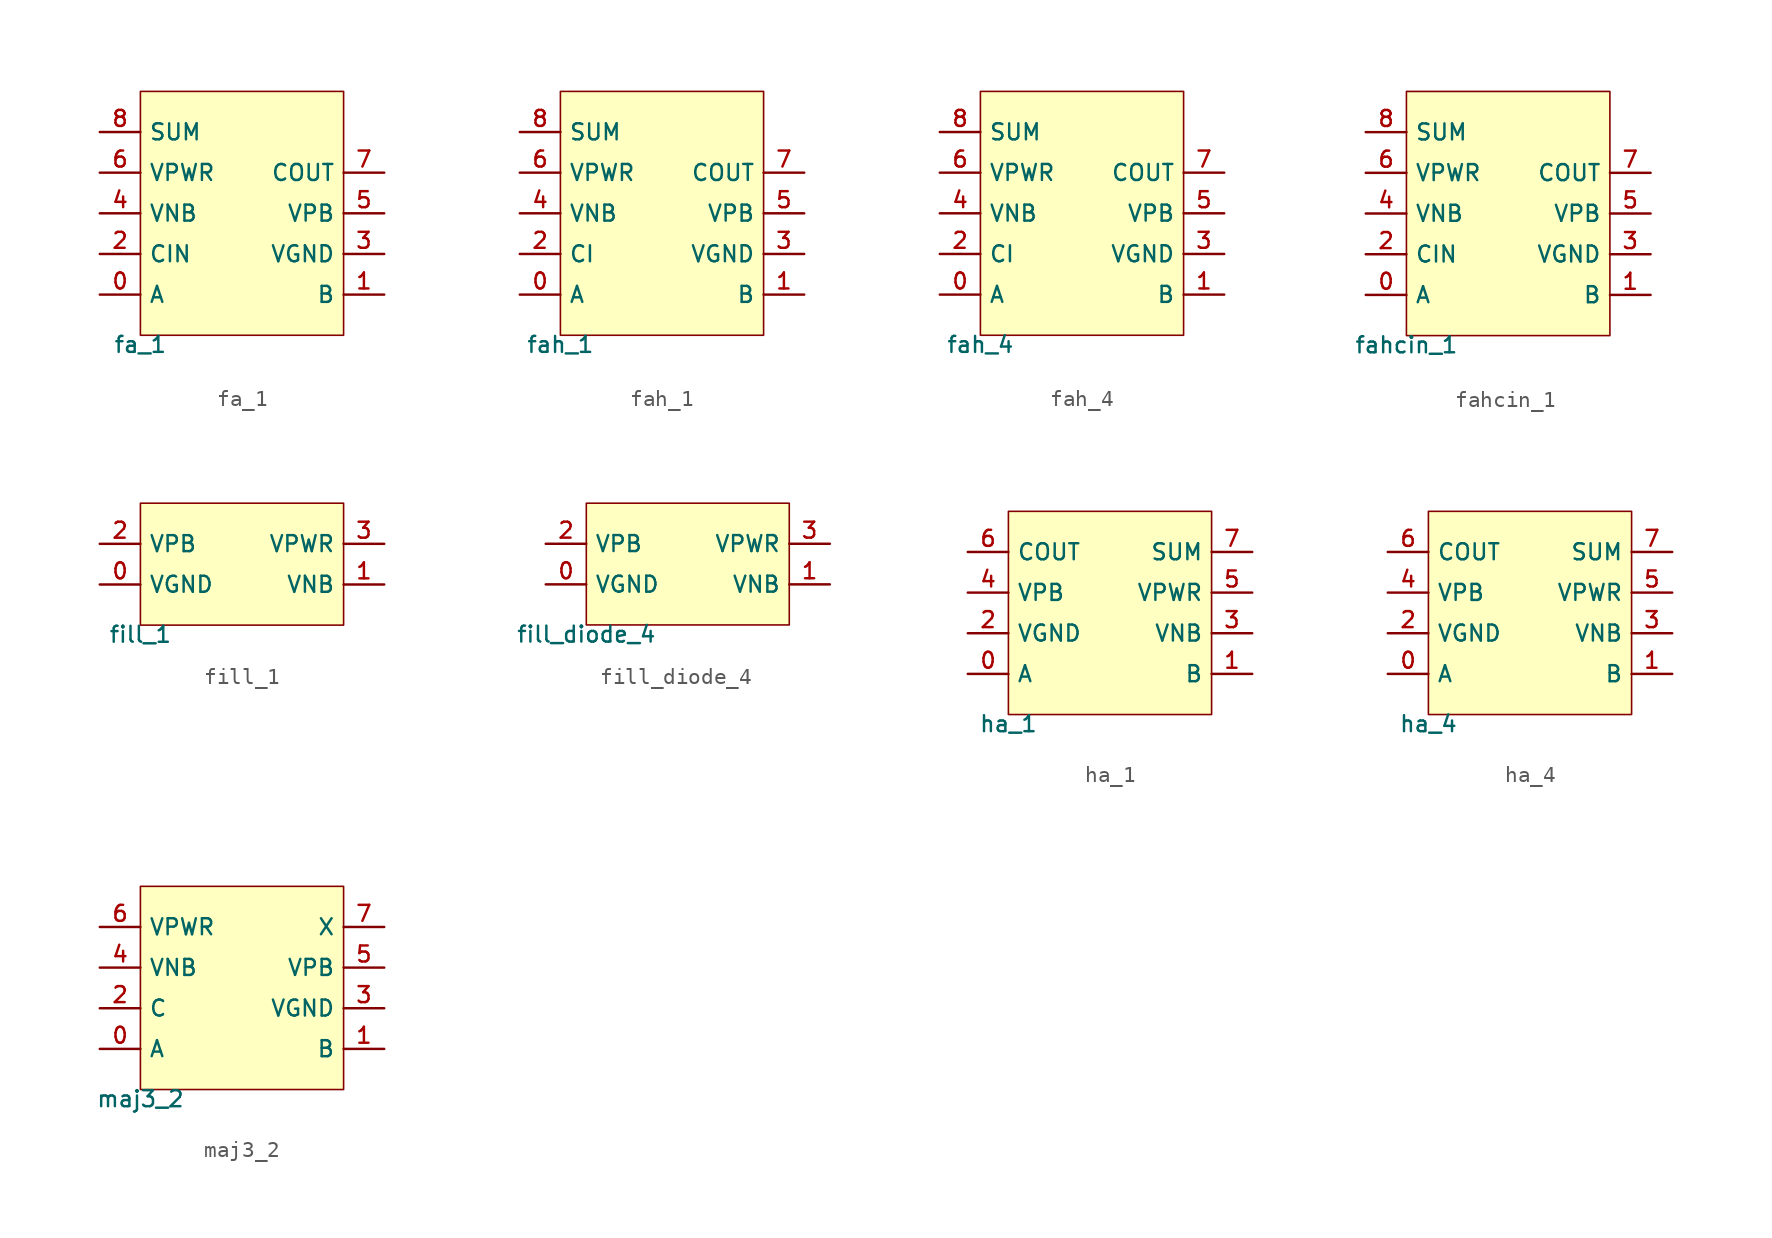
<source format=kicad_sym>
(kicad_symbol_lib
  (version 20211014)
  (generator pdk2kicad)
  (symbol "fa_1"
    (property "Reference" "X"
      (at 0 0 0)
      (effects (font (size 1 1)) hide))
    (property "Value" "fa_1"
      (at -6.35 -7.62 0)
      (effects (font (size 1 1)) (justify top)))
    (rectangle
      (start -6.35 -7.62)
      (end 6.35 7.62)
      (stroke (width 0.1) (type solid) (color 0 0 0 0))
      (fill (type background)))
    (pin bidirectional line
      (at -8.89 -5.08 0)
      (length 2.54)
      (name "A" (effects (font (size 1 1)) hide))
      (number "0" (effects (font (size 1 1)) hide)))
    (pin bidirectional line
      (at 8.89 -5.08 180)
      (length 2.54)
      (name "B" (effects (font (size 1 1)) hide))
      (number "1" (effects (font (size 1 1)) hide)))
    (pin bidirectional line
      (at -8.89 -2.54 0)
      (length 2.54)
      (name "CIN" (effects (font (size 1 1)) hide))
      (number "2" (effects (font (size 1 1)) hide)))
    (pin bidirectional line
      (at 8.89 -2.54 180)
      (length 2.54)
      (name "VGND" (effects (font (size 1 1)) hide))
      (number "3" (effects (font (size 1 1)) hide)))
    (pin bidirectional line
      (at -8.89 8.881784197001252e-16 0)
      (length 2.54)
      (name "VNB" (effects (font (size 1 1)) hide))
      (number "4" (effects (font (size 1 1)) hide)))
    (pin bidirectional line
      (at 8.89 8.881784197001252e-16 180)
      (length 2.54)
      (name "VPB" (effects (font (size 1 1)) hide))
      (number "5" (effects (font (size 1 1)) hide)))
    (pin bidirectional line
      (at -8.89 2.54 0)
      (length 2.54)
      (name "VPWR" (effects (font (size 1 1)) hide))
      (number "6" (effects (font (size 1 1)) hide)))
    (pin bidirectional line
      (at 8.89 2.54 180)
      (length 2.54)
      (name "COUT" (effects (font (size 1 1)) hide))
      (number "7" (effects (font (size 1 1)) hide)))
    (pin bidirectional line
      (at -8.89 5.08 0)
      (length 2.54)
      (name "SUM" (effects (font (size 1 1)) hide))
      (number "8" (effects (font (size 1 1)) hide))))
  (symbol "fah_1"
    (property "Reference" "X"
      (at 0 0 0)
      (effects (font (size 1 1)) hide))
    (property "Value" "fah_1"
      (at -6.35 -7.62 0)
      (effects (font (size 1 1)) (justify top)))
    (rectangle
      (start -6.35 -7.62)
      (end 6.35 7.62)
      (stroke (width 0.1) (type solid) (color 0 0 0 0))
      (fill (type background)))
    (pin bidirectional line
      (at -8.89 -5.08 0)
      (length 2.54)
      (name "A" (effects (font (size 1 1)) hide))
      (number "0" (effects (font (size 1 1)) hide)))
    (pin bidirectional line
      (at 8.89 -5.08 180)
      (length 2.54)
      (name "B" (effects (font (size 1 1)) hide))
      (number "1" (effects (font (size 1 1)) hide)))
    (pin bidirectional line
      (at -8.89 -2.54 0)
      (length 2.54)
      (name "CI" (effects (font (size 1 1)) hide))
      (number "2" (effects (font (size 1 1)) hide)))
    (pin bidirectional line
      (at 8.89 -2.54 180)
      (length 2.54)
      (name "VGND" (effects (font (size 1 1)) hide))
      (number "3" (effects (font (size 1 1)) hide)))
    (pin bidirectional line
      (at -8.89 8.881784197001252e-16 0)
      (length 2.54)
      (name "VNB" (effects (font (size 1 1)) hide))
      (number "4" (effects (font (size 1 1)) hide)))
    (pin bidirectional line
      (at 8.89 8.881784197001252e-16 180)
      (length 2.54)
      (name "VPB" (effects (font (size 1 1)) hide))
      (number "5" (effects (font (size 1 1)) hide)))
    (pin bidirectional line
      (at -8.89 2.54 0)
      (length 2.54)
      (name "VPWR" (effects (font (size 1 1)) hide))
      (number "6" (effects (font (size 1 1)) hide)))
    (pin bidirectional line
      (at 8.89 2.54 180)
      (length 2.54)
      (name "COUT" (effects (font (size 1 1)) hide))
      (number "7" (effects (font (size 1 1)) hide)))
    (pin bidirectional line
      (at -8.89 5.08 0)
      (length 2.54)
      (name "SUM" (effects (font (size 1 1)) hide))
      (number "8" (effects (font (size 1 1)) hide))))
  (symbol "fah_4"
    (property "Reference" "X"
      (at 0 0 0)
      (effects (font (size 1 1)) hide))
    (property "Value" "fah_4"
      (at -6.35 -7.62 0)
      (effects (font (size 1 1)) (justify top)))
    (rectangle
      (start -6.35 -7.62)
      (end 6.35 7.62)
      (stroke (width 0.1) (type solid) (color 0 0 0 0))
      (fill (type background)))
    (pin bidirectional line
      (at -8.89 -5.08 0)
      (length 2.54)
      (name "A" (effects (font (size 1 1)) hide))
      (number "0" (effects (font (size 1 1)) hide)))
    (pin bidirectional line
      (at 8.89 -5.08 180)
      (length 2.54)
      (name "B" (effects (font (size 1 1)) hide))
      (number "1" (effects (font (size 1 1)) hide)))
    (pin bidirectional line
      (at -8.89 -2.54 0)
      (length 2.54)
      (name "CI" (effects (font (size 1 1)) hide))
      (number "2" (effects (font (size 1 1)) hide)))
    (pin bidirectional line
      (at 8.89 -2.54 180)
      (length 2.54)
      (name "VGND" (effects (font (size 1 1)) hide))
      (number "3" (effects (font (size 1 1)) hide)))
    (pin bidirectional line
      (at -8.89 8.881784197001252e-16 0)
      (length 2.54)
      (name "VNB" (effects (font (size 1 1)) hide))
      (number "4" (effects (font (size 1 1)) hide)))
    (pin bidirectional line
      (at 8.89 8.881784197001252e-16 180)
      (length 2.54)
      (name "VPB" (effects (font (size 1 1)) hide))
      (number "5" (effects (font (size 1 1)) hide)))
    (pin bidirectional line
      (at -8.89 2.54 0)
      (length 2.54)
      (name "VPWR" (effects (font (size 1 1)) hide))
      (number "6" (effects (font (size 1 1)) hide)))
    (pin bidirectional line
      (at 8.89 2.54 180)
      (length 2.54)
      (name "COUT" (effects (font (size 1 1)) hide))
      (number "7" (effects (font (size 1 1)) hide)))
    (pin bidirectional line
      (at -8.89 5.08 0)
      (length 2.54)
      (name "SUM" (effects (font (size 1 1)) hide))
      (number "8" (effects (font (size 1 1)) hide))))
  (symbol "fahcin_1"
    (property "Reference" "X"
      (at 0 0 0)
      (effects (font (size 1 1)) hide))
    (property "Value" "fahcin_1"
      (at -6.35 -7.62 0)
      (effects (font (size 1 1)) (justify top)))
    (rectangle
      (start -6.35 -7.62)
      (end 6.35 7.62)
      (stroke (width 0.1) (type solid) (color 0 0 0 0))
      (fill (type background)))
    (pin bidirectional line
      (at -8.89 -5.08 0)
      (length 2.54)
      (name "A" (effects (font (size 1 1)) hide))
      (number "0" (effects (font (size 1 1)) hide)))
    (pin bidirectional line
      (at 8.89 -5.08 180)
      (length 2.54)
      (name "B" (effects (font (size 1 1)) hide))
      (number "1" (effects (font (size 1 1)) hide)))
    (pin bidirectional line
      (at -8.89 -2.54 0)
      (length 2.54)
      (name "CIN" (effects (font (size 1 1)) hide))
      (number "2" (effects (font (size 1 1)) hide)))
    (pin bidirectional line
      (at 8.89 -2.54 180)
      (length 2.54)
      (name "VGND" (effects (font (size 1 1)) hide))
      (number "3" (effects (font (size 1 1)) hide)))
    (pin bidirectional line
      (at -8.89 8.881784197001252e-16 0)
      (length 2.54)
      (name "VNB" (effects (font (size 1 1)) hide))
      (number "4" (effects (font (size 1 1)) hide)))
    (pin bidirectional line
      (at 8.89 8.881784197001252e-16 180)
      (length 2.54)
      (name "VPB" (effects (font (size 1 1)) hide))
      (number "5" (effects (font (size 1 1)) hide)))
    (pin bidirectional line
      (at -8.89 2.54 0)
      (length 2.54)
      (name "VPWR" (effects (font (size 1 1)) hide))
      (number "6" (effects (font (size 1 1)) hide)))
    (pin bidirectional line
      (at 8.89 2.54 180)
      (length 2.54)
      (name "COUT" (effects (font (size 1 1)) hide))
      (number "7" (effects (font (size 1 1)) hide)))
    (pin bidirectional line
      (at -8.89 5.08 0)
      (length 2.54)
      (name "SUM" (effects (font (size 1 1)) hide))
      (number "8" (effects (font (size 1 1)) hide))))
  (symbol "fill_1"
    (property "Reference" "X"
      (at 0 0 0)
      (effects (font (size 1 1)) hide))
    (property "Value" "fill_1"
      (at -6.35 -3.81 0)
      (effects (font (size 1 1)) (justify top)))
    (rectangle
      (start -6.35 -3.81)
      (end 6.35 3.81)
      (stroke (width 0.1) (type solid) (color 0 0 0 0))
      (fill (type background)))
    (pin bidirectional line
      (at -8.89 -1.27 0)
      (length 2.54)
      (name "VGND" (effects (font (size 1 1)) hide))
      (number "0" (effects (font (size 1 1)) hide)))
    (pin bidirectional line
      (at 8.89 -1.27 180)
      (length 2.54)
      (name "VNB" (effects (font (size 1 1)) hide))
      (number "1" (effects (font (size 1 1)) hide)))
    (pin bidirectional line
      (at -8.89 1.27 0)
      (length 2.54)
      (name "VPB" (effects (font (size 1 1)) hide))
      (number "2" (effects (font (size 1 1)) hide)))
    (pin bidirectional line
      (at 8.89 1.27 180)
      (length 2.54)
      (name "VPWR" (effects (font (size 1 1)) hide))
      (number "3" (effects (font (size 1 1)) hide))))
  (symbol "fill_diode_4"
    (property "Reference" "X"
      (at 0 0 0)
      (effects (font (size 1 1)) hide))
    (property "Value" "fill_diode_4"
      (at -6.35 -3.81 0)
      (effects (font (size 1 1)) (justify top)))
    (rectangle
      (start -6.35 -3.81)
      (end 6.35 3.81)
      (stroke (width 0.1) (type solid) (color 0 0 0 0))
      (fill (type background)))
    (pin bidirectional line
      (at -8.89 -1.27 0)
      (length 2.54)
      (name "VGND" (effects (font (size 1 1)) hide))
      (number "0" (effects (font (size 1 1)) hide)))
    (pin bidirectional line
      (at 8.89 -1.27 180)
      (length 2.54)
      (name "VNB" (effects (font (size 1 1)) hide))
      (number "1" (effects (font (size 1 1)) hide)))
    (pin bidirectional line
      (at -8.89 1.27 0)
      (length 2.54)
      (name "VPB" (effects (font (size 1 1)) hide))
      (number "2" (effects (font (size 1 1)) hide)))
    (pin bidirectional line
      (at 8.89 1.27 180)
      (length 2.54)
      (name "VPWR" (effects (font (size 1 1)) hide))
      (number "3" (effects (font (size 1 1)) hide))))
  (symbol "ha_1"
    (property "Reference" "X"
      (at 0 0 0)
      (effects (font (size 1 1)) hide))
    (property "Value" "ha_1"
      (at -6.35 -6.35 0)
      (effects (font (size 1 1)) (justify top)))
    (rectangle
      (start -6.35 -6.35)
      (end 6.35 6.35)
      (stroke (width 0.1) (type solid) (color 0 0 0 0))
      (fill (type background)))
    (pin bidirectional line
      (at -8.89 -3.81 0)
      (length 2.54)
      (name "A" (effects (font (size 1 1)) hide))
      (number "0" (effects (font (size 1 1)) hide)))
    (pin bidirectional line
      (at 8.89 -3.81 180)
      (length 2.54)
      (name "B" (effects (font (size 1 1)) hide))
      (number "1" (effects (font (size 1 1)) hide)))
    (pin bidirectional line
      (at -8.89 -1.27 0)
      (length 2.54)
      (name "VGND" (effects (font (size 1 1)) hide))
      (number "2" (effects (font (size 1 1)) hide)))
    (pin bidirectional line
      (at 8.89 -1.27 180)
      (length 2.54)
      (name "VNB" (effects (font (size 1 1)) hide))
      (number "3" (effects (font (size 1 1)) hide)))
    (pin bidirectional line
      (at -8.89 1.27 0)
      (length 2.54)
      (name "VPB" (effects (font (size 1 1)) hide))
      (number "4" (effects (font (size 1 1)) hide)))
    (pin bidirectional line
      (at 8.89 1.27 180)
      (length 2.54)
      (name "VPWR" (effects (font (size 1 1)) hide))
      (number "5" (effects (font (size 1 1)) hide)))
    (pin bidirectional line
      (at -8.89 3.81 0)
      (length 2.54)
      (name "COUT" (effects (font (size 1 1)) hide))
      (number "6" (effects (font (size 1 1)) hide)))
    (pin bidirectional line
      (at 8.89 3.81 180)
      (length 2.54)
      (name "SUM" (effects (font (size 1 1)) hide))
      (number "7" (effects (font (size 1 1)) hide))))
  (symbol "ha_4"
    (property "Reference" "X"
      (at 0 0 0)
      (effects (font (size 1 1)) hide))
    (property "Value" "ha_4"
      (at -6.35 -6.35 0)
      (effects (font (size 1 1)) (justify top)))
    (rectangle
      (start -6.35 -6.35)
      (end 6.35 6.35)
      (stroke (width 0.1) (type solid) (color 0 0 0 0))
      (fill (type background)))
    (pin bidirectional line
      (at -8.89 -3.81 0)
      (length 2.54)
      (name "A" (effects (font (size 1 1)) hide))
      (number "0" (effects (font (size 1 1)) hide)))
    (pin bidirectional line
      (at 8.89 -3.81 180)
      (length 2.54)
      (name "B" (effects (font (size 1 1)) hide))
      (number "1" (effects (font (size 1 1)) hide)))
    (pin bidirectional line
      (at -8.89 -1.27 0)
      (length 2.54)
      (name "VGND" (effects (font (size 1 1)) hide))
      (number "2" (effects (font (size 1 1)) hide)))
    (pin bidirectional line
      (at 8.89 -1.27 180)
      (length 2.54)
      (name "VNB" (effects (font (size 1 1)) hide))
      (number "3" (effects (font (size 1 1)) hide)))
    (pin bidirectional line
      (at -8.89 1.27 0)
      (length 2.54)
      (name "VPB" (effects (font (size 1 1)) hide))
      (number "4" (effects (font (size 1 1)) hide)))
    (pin bidirectional line
      (at 8.89 1.27 180)
      (length 2.54)
      (name "VPWR" (effects (font (size 1 1)) hide))
      (number "5" (effects (font (size 1 1)) hide)))
    (pin bidirectional line
      (at -8.89 3.81 0)
      (length 2.54)
      (name "COUT" (effects (font (size 1 1)) hide))
      (number "6" (effects (font (size 1 1)) hide)))
    (pin bidirectional line
      (at 8.89 3.81 180)
      (length 2.54)
      (name "SUM" (effects (font (size 1 1)) hide))
      (number "7" (effects (font (size 1 1)) hide))))
  (symbol "maj3_2"
    (property "Reference" "X"
      (at 0 0 0)
      (effects (font (size 1 1)) hide))
    (property "Value" "maj3_2"
      (at -6.35 -6.35 0)
      (effects (font (size 1 1)) (justify top)))
    (rectangle
      (start -6.35 -6.35)
      (end 6.35 6.35)
      (stroke (width 0.1) (type solid) (color 0 0 0 0))
      (fill (type background)))
    (pin bidirectional line
      (at -8.89 -3.81 0)
      (length 2.54)
      (name "A" (effects (font (size 1 1)) hide))
      (number "0" (effects (font (size 1 1)) hide)))
    (pin bidirectional line
      (at 8.89 -3.81 180)
      (length 2.54)
      (name "B" (effects (font (size 1 1)) hide))
      (number "1" (effects (font (size 1 1)) hide)))
    (pin bidirectional line
      (at -8.89 -1.27 0)
      (length 2.54)
      (name "C" (effects (font (size 1 1)) hide))
      (number "2" (effects (font (size 1 1)) hide)))
    (pin bidirectional line
      (at 8.89 -1.27 180)
      (length 2.54)
      (name "VGND" (effects (font (size 1 1)) hide))
      (number "3" (effects (font (size 1 1)) hide)))
    (pin bidirectional line
      (at -8.89 1.27 0)
      (length 2.54)
      (name "VNB" (effects (font (size 1 1)) hide))
      (number "4" (effects (font (size 1 1)) hide)))
    (pin bidirectional line
      (at 8.89 1.27 180)
      (length 2.54)
      (name "VPB" (effects (font (size 1 1)) hide))
      (number "5" (effects (font (size 1 1)) hide)))
    (pin bidirectional line
      (at -8.89 3.81 0)
      (length 2.54)
      (name "VPWR" (effects (font (size 1 1)) hide))
      (number "6" (effects (font (size 1 1)) hide)))
    (pin bidirectional line
      (at 8.89 3.81 180)
      (length 2.54)
      (name "X" (effects (font (size 1 1)) hide))
      (number "7" (effects (font (size 1 1)) hide)))))
</source>
